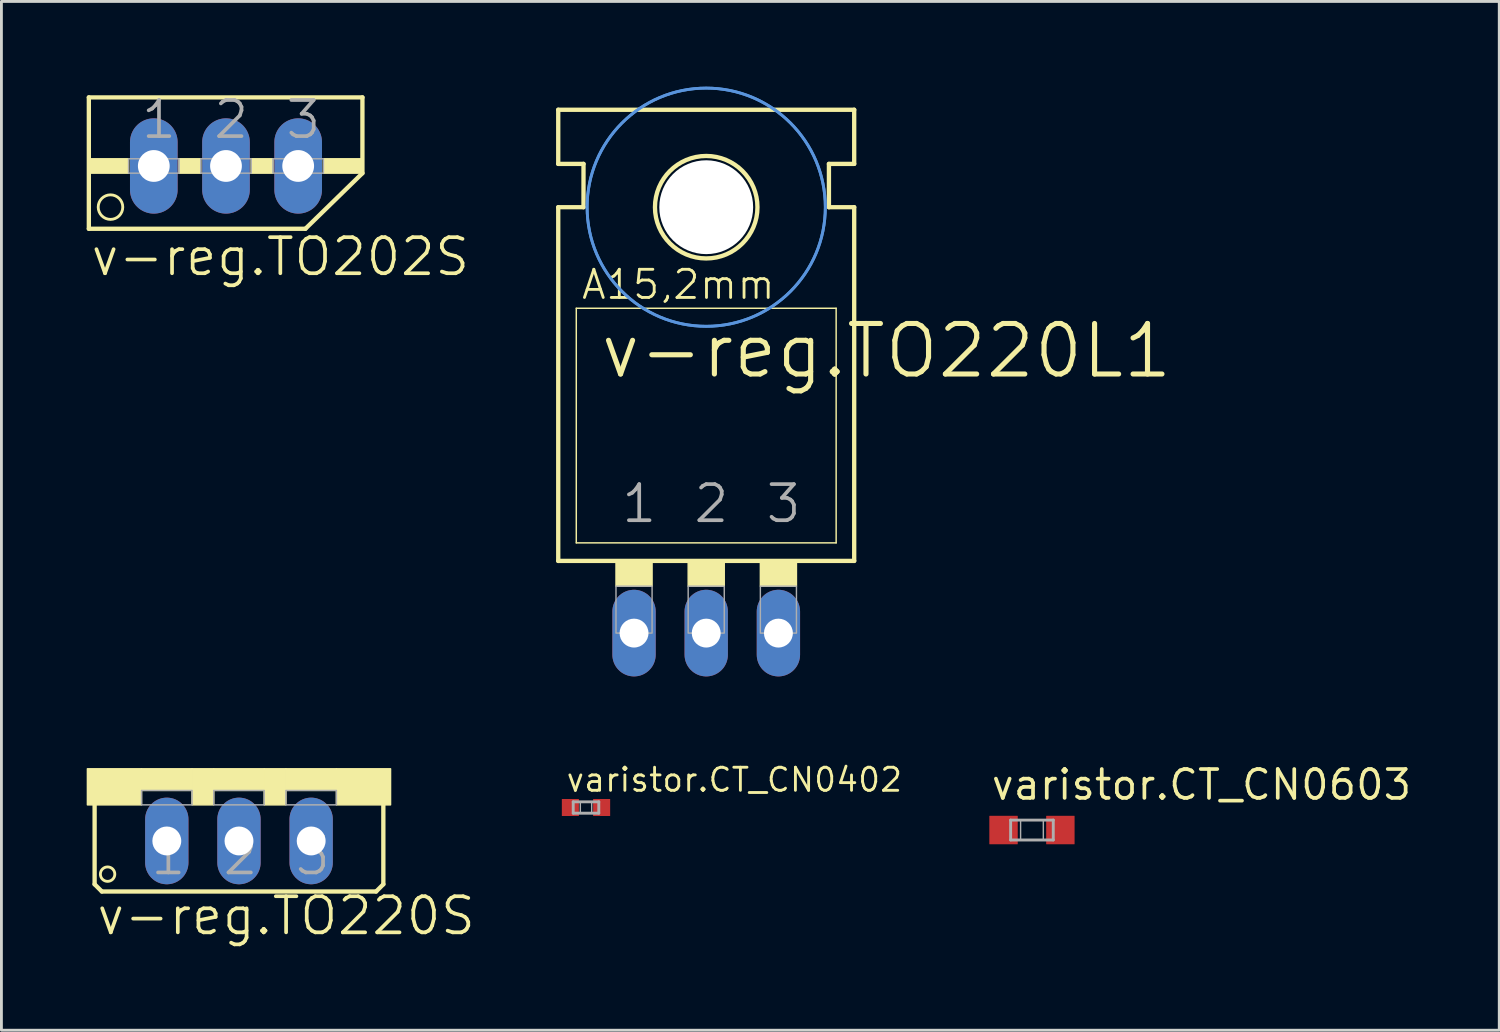
<source format=kicad_pcb>
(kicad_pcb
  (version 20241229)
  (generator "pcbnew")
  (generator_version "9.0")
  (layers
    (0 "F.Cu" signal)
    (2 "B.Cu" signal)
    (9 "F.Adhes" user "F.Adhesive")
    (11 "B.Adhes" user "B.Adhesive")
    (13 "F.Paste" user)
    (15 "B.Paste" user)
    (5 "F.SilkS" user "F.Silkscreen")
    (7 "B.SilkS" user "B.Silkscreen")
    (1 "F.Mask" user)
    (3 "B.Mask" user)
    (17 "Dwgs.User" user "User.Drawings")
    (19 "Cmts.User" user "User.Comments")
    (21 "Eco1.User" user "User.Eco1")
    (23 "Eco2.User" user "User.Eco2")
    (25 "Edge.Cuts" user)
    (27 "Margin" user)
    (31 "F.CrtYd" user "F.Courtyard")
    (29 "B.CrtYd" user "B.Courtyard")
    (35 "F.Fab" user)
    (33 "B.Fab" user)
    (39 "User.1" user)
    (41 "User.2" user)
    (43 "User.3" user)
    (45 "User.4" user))
  (footprint "varistor.CT_CN0402"
    (layer "F.Cu")
    (at 17.57 25.364)
    (property "Reference" "varistor.CT_CN0402" (at -0.75 -0.5 0) (layer "F.SilkS") (effects (font (size 0.813 0.813) (thickness 0.1)) (justify left bottom)))
    (attr smd)
    (fp_line (start -0.45 -0.2) (end 0.45 -0.2) (stroke (width 0.102) (type default)) (layer "F.Fab"))
    (fp_line (start -0.45 0.2) (end -0.45 -0.2) (stroke (width 0.102) (type default)) (layer "F.Fab"))
    (fp_line (start 0.45 -0.2) (end 0.45 0.2) (stroke (width 0.102) (type default)) (layer "F.Fab"))
    (fp_line (start 0.45 0.2) (end -0.45 0.2) (stroke (width 0.102) (type default)) (layer "F.Fab"))
    (fp_rect (start -0.45 0.2) (end -0.2 -0.2) (stroke (width 0.05) (type default)) (fill no) (layer "F.Fab"))
    (fp_rect (start 0.2 0.2) (end 0.45 -0.2) (stroke (width 0.05) (type default)) (fill no) (layer "F.Fab"))
    (pad "1" smd roundrect (at -0.55 0) (size 0.6 0.6) (layers "F.Cu" "F.Mask" "F.Paste") (roundrect_rratio 0.01))
    (pad "2" smd roundrect (at 0.55 0) (size 0.6 0.6) (layers "F.Cu" "F.Mask" "F.Paste") (roundrect_rratio 0.01)))
  (footprint "v-reg.TO220S"
    (layer "F.Cu")
    (at 5.359 24.001)
    (property "Reference" "v-reg.TO220S" (at -5.08 5.918 0) (layer "F.SilkS") (effects (font (size 1.27 1.27) (thickness 0.13)) (justify left bottom)))
    (attr through_hole)
    (fp_line (start -5.08 4.064) (end -5.08 1.143) (stroke (width 0.152) (type default)) (layer "F.SilkS"))
    (fp_line (start -5.08 4.064) (end -4.826 4.318) (stroke (width 0.152) (type default)) (layer "F.SilkS"))
    (fp_line (start 4.826 4.318) (end -4.826 4.318) (stroke (width 0.152) (type default)) (layer "F.SilkS"))
    (fp_line (start 4.826 4.318) (end 5.08 4.064) (stroke (width 0.152) (type default)) (layer "F.SilkS"))
    (fp_line (start 5.08 1.143) (end 5.08 4.064) (stroke (width 0.152) (type default)) (layer "F.SilkS"))
    (fp_rect (start -5.334 1.27) (end -3.429 0) (stroke (width 0.05) (type default)) (fill yes) (layer "F.SilkS"))
    (fp_rect (start -3.429 0.762) (end -1.651 0) (stroke (width 0.05) (type default)) (fill yes) (layer "F.SilkS"))
    (fp_rect (start -1.651 1.27) (end -0.889 0) (stroke (width 0.05) (type default)) (fill yes) (layer "F.SilkS"))
    (fp_rect (start -0.889 0.762) (end 0.889 0) (stroke (width 0.05) (type default)) (fill yes) (layer "F.SilkS"))
    (fp_rect (start 0.889 1.27) (end 1.651 0) (stroke (width 0.05) (type default)) (fill yes) (layer "F.SilkS"))
    (fp_rect (start 1.651 0.762) (end 3.429 0) (stroke (width 0.05) (type default)) (fill yes) (layer "F.SilkS"))
    (fp_rect (start 3.429 1.27) (end 5.334 0) (stroke (width 0.05) (type default)) (fill yes) (layer "F.SilkS"))
    (fp_circle (center -4.623 3.708) (end -4.369 3.708) (stroke (width 0.1) (type default)) (fill no) (layer "F.SilkS"))
    (fp_rect (start -3.429 1.27) (end -1.651 0.762) (stroke (width 0.05) (type default)) (fill no) (layer "F.Fab"))
    (fp_rect (start -0.889 1.27) (end 0.889 0.762) (stroke (width 0.05) (type default)) (fill no) (layer "F.Fab"))
    (fp_rect (start 1.651 1.27) (end 3.429 0.762) (stroke (width 0.05) (type default)) (fill no) (layer "F.Fab"))
    (fp_text user "2" (at -0.635 3.81 0) (layer "F.Fab") (effects (font (size 1.27 1.27) (thickness 0.13)) (justify left bottom)))
    (fp_text user "3" (at 1.905 3.81 0) (layer "F.Fab") (effects (font (size 1.27 1.27) (thickness 0.13)) (justify left bottom)))
    (fp_text user "1" (at -3.175 3.81 0) (layer "F.Fab") (effects (font (size 1.27 1.27) (thickness 0.13)) (justify left bottom)))
    (pad "1" thru_hole oval (at -2.54 2.54 90) (size 3.048 1.524) (drill 1.016) (layers "*.Cu" "*.Mask"))
    (pad "2" thru_hole oval (at 0 2.54 90) (size 3.048 1.524) (drill 1.016) (layers "*.Cu" "*.Mask"))
    (pad "3" thru_hole oval (at 2.54 2.54 90) (size 3.048 1.524) (drill 1.016) (layers "*.Cu" "*.Mask")))
  (footprint "varistor.CT_CN0603"
    (layer "F.Cu")
    (at 33.262 26.157)
    (property "Reference" "varistor.CT_CN0603" (at -1.5 -1 0) (layer "F.SilkS") (effects (font (size 1.016 1.016) (thickness 0.13)) (justify left bottom)))
    (attr smd)
    (fp_line (start -0.75 -0.35) (end 0.75 -0.35) (stroke (width 0.102) (type default)) (layer "F.Fab"))
    (fp_line (start -0.75 0.35) (end -0.75 -0.35) (stroke (width 0.102) (type default)) (layer "F.Fab"))
    (fp_line (start 0.75 -0.35) (end 0.75 0.35) (stroke (width 0.102) (type default)) (layer "F.Fab"))
    (fp_line (start 0.75 0.35) (end -0.75 0.35) (stroke (width 0.102) (type default)) (layer "F.Fab"))
    (fp_rect (start -0.75 0.35) (end -0.4 -0.35) (stroke (width 0.05) (type default)) (fill no) (layer "F.Fab"))
    (fp_rect (start 0.4 0.35) (end 0.75 -0.35) (stroke (width 0.05) (type default)) (fill no) (layer "F.Fab"))
    (pad "1" smd roundrect (at -1 0) (size 1 1) (layers "F.Cu" "F.Mask" "F.Paste") (roundrect_rratio 0.01))
    (pad "2" smd roundrect (at 1 0) (size 1 1) (layers "F.Cu" "F.Mask" "F.Paste") (roundrect_rratio 0.01)))
  (footprint "v-reg.TO220L1"
    (layer "F.Cu")
    (at 21.8 15.417)
    (property "Reference" "v-reg.TO220L1" (at -3.81 -5.08 0) (layer "F.SilkS") (effects (font (size 1.778 1.778) (thickness 0.18)) (justify left bottom)))
    (attr through_hole)
    (fp_line (start -5.207 -12.7) (end -5.207 -14.605) (stroke (width 0.152) (type default)) (layer "F.SilkS"))
    (fp_line (start -5.207 -11.176) (end -4.318 -11.176) (stroke (width 0.152) (type default)) (layer "F.SilkS"))
    (fp_line (start -5.207 1.27) (end -5.207 -11.176) (stroke (width 0.152) (type default)) (layer "F.SilkS"))
    (fp_line (start -5.207 1.27) (end 5.207 1.27) (stroke (width 0.152) (type default)) (layer "F.SilkS"))
    (fp_line (start -4.572 0.635) (end -4.572 -7.62) (stroke (width 0.051) (type default)) (layer "F.SilkS"))
    (fp_line (start -4.572 0.635) (end 4.572 0.635) (stroke (width 0.051) (type default)) (layer "F.SilkS"))
    (fp_line (start -4.318 -12.7) (end -5.207 -12.7) (stroke (width 0.152) (type default)) (layer "F.SilkS"))
    (fp_line (start -4.318 -11.176) (end -4.318 -12.7) (stroke (width 0.152) (type default)) (layer "F.SilkS"))
    (fp_line (start 4.318 -12.7) (end 5.207 -12.7) (stroke (width 0.152) (type default)) (layer "F.SilkS"))
    (fp_line (start 4.318 -11.176) (end 4.318 -12.7) (stroke (width 0.152) (type default)) (layer "F.SilkS"))
    (fp_line (start 4.572 -7.62) (end -4.572 -7.62) (stroke (width 0.051) (type default)) (layer "F.SilkS"))
    (fp_line (start 4.572 -7.62) (end 4.572 0.635) (stroke (width 0.051) (type default)) (layer "F.SilkS"))
    (fp_line (start 5.207 -14.605) (end -5.207 -14.605) (stroke (width 0.152) (type default)) (layer "F.SilkS"))
    (fp_line (start 5.207 -12.7) (end 5.207 -14.605) (stroke (width 0.152) (type default)) (layer "F.SilkS"))
    (fp_line (start 5.207 -11.176) (end 4.318 -11.176) (stroke (width 0.152) (type default)) (layer "F.SilkS"))
    (fp_line (start 5.207 1.27) (end 5.207 -11.176) (stroke (width 0.152) (type default)) (layer "F.SilkS"))
    (fp_rect (start -3.175 2.159) (end -1.905 1.27) (stroke (width 0.05) (type default)) (fill yes) (layer "F.SilkS"))
    (fp_rect (start -0.635 2.159) (end 0.635 1.27) (stroke (width 0.05) (type default)) (fill yes) (layer "F.SilkS"))
    (fp_rect (start 1.905 2.159) (end 3.175 1.27) (stroke (width 0.05) (type default)) (fill yes) (layer "F.SilkS"))
    (fp_circle (center 0 -11.176) (end 1.803 -11.176) (stroke (width 0.152) (type default)) (fill no) (layer "F.SilkS"))
    (fp_circle (center 0 -11.176) (end 4.191 -11.176) (stroke (width 0.1) (type default)) (fill no) (layer "Cmts.User"))
    (fp_circle (center 0 -11.176) (end 4.191 -11.176) (stroke (width 0.1) (type default)) (fill no) (layer "Cmts.User"))
    (fp_rect (start -3.175 3.81) (end -1.905 2.159) (stroke (width 0.05) (type default)) (fill no) (layer "F.Fab"))
    (fp_rect (start -0.635 3.81) (end 0.635 2.159) (stroke (width 0.05) (type default)) (fill no) (layer "F.Fab"))
    (fp_rect (start 1.905 3.81) (end 3.175 2.159) (stroke (width 0.05) (type default)) (fill no) (layer "F.Fab"))
    (fp_text user "A15,2mm" (at -4.445 -7.874 0) (layer "F.SilkS") (effects (font (size 0.991 0.991) (thickness 0.1)) (justify left bottom)))
    (fp_text user "2" (at -0.508 0 0) (layer "F.Fab") (effects (font (size 1.27 1.27) (thickness 0.13)) (justify left bottom)))
    (fp_text user "1" (at -3.048 0 0) (layer "F.Fab") (effects (font (size 1.27 1.27) (thickness 0.13)) (justify left bottom)))
    (fp_text user "3" (at 2.032 0 0) (layer "F.Fab") (effects (font (size 1.27 1.27) (thickness 0.13)) (justify left bottom)))
    (pad "" np_thru_hole circle (at 0 -11.176) (size 3.302 3.302) (drill 3.302) (layers "*.Cu" "*.Mask"))
    (pad "1" thru_hole oval (at -2.54 3.81 90) (size 3.048 1.524) (drill 1.016) (layers "*.Cu" "*.Mask"))
    (pad "2" thru_hole oval (at 0 3.81 90) (size 3.048 1.524) (drill 1.016) (layers "*.Cu" "*.Mask"))
    (pad "3" thru_hole oval (at 2.54 3.81 90) (size 3.048 1.524) (drill 1.016) (layers "*.Cu" "*.Mask")))
  (footprint "v-reg.TO202S"
    (layer "F.Cu")
    (at 4.902 0.25)
    (property "Reference" "v-reg.TO202S" (at -4.826 6.477 0) (layer "F.SilkS") (effects (font (size 1.27 1.27) (thickness 0.13)) (justify left bottom)))
    (attr through_hole)
    (fp_line (start -4.826 0.127) (end 4.801 0.127) (stroke (width 0.152) (type default)) (layer "F.SilkS"))
    (fp_line (start -4.826 4.75) (end -4.826 0.127) (stroke (width 0.152) (type default)) (layer "F.SilkS"))
    (fp_line (start -4.826 4.75) (end 2.794 4.75) (stroke (width 0.152) (type default)) (layer "F.SilkS"))
    (fp_line (start 2.794 4.75) (end 4.801 2.794) (stroke (width 0.152) (type default)) (layer "F.SilkS"))
    (fp_line (start 4.801 0.127) (end 4.801 2.794) (stroke (width 0.152) (type default)) (layer "F.SilkS"))
    (fp_rect (start -4.826 2.794) (end -3.429 2.286) (stroke (width 0.05) (type default)) (fill yes) (layer "F.SilkS"))
    (fp_rect (start -1.651 2.794) (end -0.889 2.286) (stroke (width 0.05) (type default)) (fill yes) (layer "F.SilkS"))
    (fp_rect (start 0.889 2.794) (end 1.651 2.286) (stroke (width 0.05) (type default)) (fill yes) (layer "F.SilkS"))
    (fp_rect (start 3.429 2.794) (end 4.826 2.286) (stroke (width 0.05) (type default)) (fill yes) (layer "F.SilkS"))
    (fp_circle (center -4.064 3.988) (end -3.632 3.988) (stroke (width 0.1) (type default)) (fill no) (layer "F.SilkS"))
    (fp_rect (start -3.429 2.794) (end -1.651 2.286) (stroke (width 0.05) (type default)) (fill no) (layer "F.Fab"))
    (fp_rect (start -0.889 2.794) (end 0.889 2.286) (stroke (width 0.05) (type default)) (fill no) (layer "F.Fab"))
    (fp_rect (start 1.651 2.794) (end 3.429 2.286) (stroke (width 0.05) (type default)) (fill no) (layer "F.Fab"))
    (fp_text user "2" (at -0.508 1.651 0) (layer "F.Fab") (effects (font (size 1.27 1.27) (thickness 0.13)) (justify left bottom)))
    (fp_text user "1" (at -3.048 1.651 0) (layer "F.Fab") (effects (font (size 1.27 1.27) (thickness 0.13)) (justify left bottom)))
    (fp_text user "3" (at 2.032 1.651 0) (layer "F.Fab") (effects (font (size 1.27 1.27) (thickness 0.13)) (justify left bottom)))
    (pad "1" thru_hole oval (at -2.54 2.54 90) (size 3.353 1.676) (drill 1.118) (layers "*.Cu" "*.Mask"))
    (pad "2" thru_hole oval (at 0 2.54 90) (size 3.353 1.676) (drill 1.118) (layers "*.Cu" "*.Mask"))
    (pad "3" thru_hole oval (at 2.54 2.54 90) (size 3.353 1.676) (drill 1.118) (layers "*.Cu" "*.Mask")))
  (gr_rect
    (start -3 -3)
    (end 49.705 33.201)
    (stroke (width 0.1) (type default))
    (fill no)
    (layer "Edge.Cuts")))
</source>
